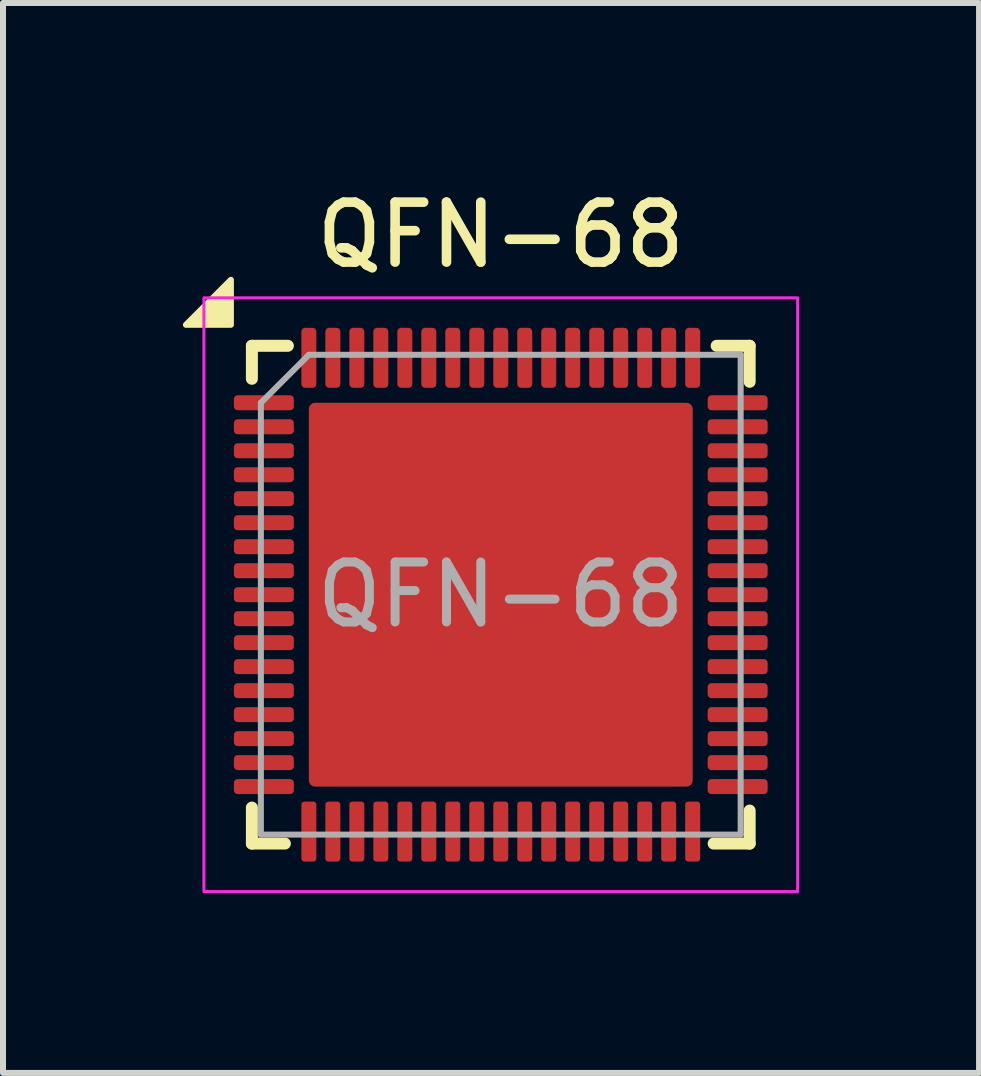
<source format=kicad_pcb>
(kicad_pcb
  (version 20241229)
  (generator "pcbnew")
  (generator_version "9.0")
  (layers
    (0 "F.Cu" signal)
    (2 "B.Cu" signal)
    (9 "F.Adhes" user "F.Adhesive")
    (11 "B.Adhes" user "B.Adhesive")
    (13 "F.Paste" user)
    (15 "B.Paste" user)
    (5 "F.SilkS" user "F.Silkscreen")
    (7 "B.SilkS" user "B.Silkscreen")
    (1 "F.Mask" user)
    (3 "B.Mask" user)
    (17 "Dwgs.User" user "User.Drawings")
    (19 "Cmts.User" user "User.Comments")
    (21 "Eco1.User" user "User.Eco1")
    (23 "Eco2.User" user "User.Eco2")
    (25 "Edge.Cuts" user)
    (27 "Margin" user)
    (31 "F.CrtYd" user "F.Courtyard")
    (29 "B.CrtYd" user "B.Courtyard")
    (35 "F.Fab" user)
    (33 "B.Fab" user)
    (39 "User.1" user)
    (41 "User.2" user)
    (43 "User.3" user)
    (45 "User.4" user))
  (footprint "QFN-68"
    (layer "F.Cu")
    (at 5.3 6.866)
    (property "Reference" "QFN-68" (at 0 -6 0) (unlocked yes) (layer "F.SilkS") (effects (font (size 1 1) (thickness 0.16))))
    (attr smd)
    (fp_line (start -4.15 -4.15) (end -3.55 -4.15) (stroke (width 0.2) (type solid)) (layer "F.SilkS"))
    (fp_line (start -4.15 -3.6) (end -4.15 -4.15) (stroke (width 0.2) (type solid)) (layer "F.SilkS"))
    (fp_line (start -4.15 4.15) (end -4.15 3.55) (stroke (width 0.2) (type solid)) (layer "F.SilkS"))
    (fp_line (start -3.6 4.15) (end -4.15 4.15) (stroke (width 0.2) (type solid)) (layer "F.SilkS"))
    (fp_line (start 3.6 -4.15) (end 4.15 -4.15) (stroke (width 0.2) (type solid)) (layer "F.SilkS"))
    (fp_line (start 4.15 -4.15) (end 4.15 -3.55) (stroke (width 0.2) (type solid)) (layer "F.SilkS"))
    (fp_line (start 4.15 3.6) (end 4.15 4.15) (stroke (width 0.2) (type solid)) (layer "F.SilkS"))
    (fp_line (start 4.15 4.15) (end 3.55 4.15) (stroke (width 0.2) (type solid)) (layer "F.SilkS"))
    (fp_poly (pts (xy -4.5 -4.5) (xy -4.5 -5.25) (xy -5.25 -4.5)) (stroke (width 0.1) (type solid)) (fill yes) (layer "F.SilkS"))
    (fp_rect (start -4.95 -4.95) (end 4.95 4.95) (stroke (width 0.05) (type default)) (fill no) (layer "F.CrtYd"))
    (fp_line (start -4 4) (end -4 -3.2) (stroke (width 0.1) (type default)) (layer "F.Fab"))
    (fp_line (start -3.2 -4) (end -4 -3.2) (stroke (width 0.1) (type default)) (layer "F.Fab"))
    (fp_line (start -3.2 -4) (end 4 -4) (stroke (width 0.1) (type default)) (layer "F.Fab"))
    (fp_line (start 4 -4) (end 4 4) (stroke (width 0.1) (type default)) (layer "F.Fab"))
    (fp_line (start 4 4) (end -4 4) (stroke (width 0.1) (type default)) (layer "F.Fab"))
    (fp_text user "${REFERENCE}" (at 0 0 0) (unlocked yes) (layer "F.Fab") (effects (font (size 1 1) (thickness 0.15))))
    (pad "" smd roundrect (at -2.4 -2.4) (size 1.29 1.29) (layers "F.Paste") (roundrect_rratio 0.194))
    (pad "" smd roundrect (at -2.4 -0.8) (size 1.29 1.29) (layers "F.Paste") (roundrect_rratio 0.194))
    (pad "" smd roundrect (at -2.4 0.8) (size 1.29 1.29) (layers "F.Paste") (roundrect_rratio 0.194))
    (pad "" smd roundrect (at -2.4 2.4) (size 1.29 1.29) (layers "F.Paste") (roundrect_rratio 0.194))
    (pad "" smd roundrect (at -0.8 -2.4) (size 1.29 1.29) (layers "F.Paste") (roundrect_rratio 0.194))
    (pad "" smd roundrect (at -0.8 -0.8) (size 1.29 1.29) (layers "F.Paste") (roundrect_rratio 0.194))
    (pad "" smd roundrect (at -0.8 0.8) (size 1.29 1.29) (layers "F.Paste") (roundrect_rratio 0.194))
    (pad "" smd roundrect (at -0.8 2.4) (size 1.29 1.29) (layers "F.Paste") (roundrect_rratio 0.194))
    (pad "" smd roundrect (at 0.8 -2.4) (size 1.29 1.29) (layers "F.Paste") (roundrect_rratio 0.194))
    (pad "" smd roundrect (at 0.8 -0.8) (size 1.29 1.29) (layers "F.Paste") (roundrect_rratio 0.194))
    (pad "" smd roundrect (at 0.8 0.8) (size 1.29 1.29) (layers "F.Paste") (roundrect_rratio 0.194))
    (pad "" smd roundrect (at 0.8 2.4) (size 1.29 1.29) (layers "F.Paste") (roundrect_rratio 0.194))
    (pad "" smd roundrect (at 2.4 -2.4) (size 1.29 1.29) (layers "F.Paste") (roundrect_rratio 0.194))
    (pad "" smd roundrect (at 2.4 -0.8) (size 1.29 1.29) (layers "F.Paste") (roundrect_rratio 0.194))
    (pad "" smd roundrect (at 2.4 0.8) (size 1.29 1.29) (layers "F.Paste") (roundrect_rratio 0.194))
    (pad "" smd roundrect (at 2.4 2.4) (size 1.29 1.29) (layers "F.Paste") (roundrect_rratio 0.194))
    (pad "1" smd roundrect (at -3.95 -3.2) (size 1 0.25) (layers "F.Cu" "F.Mask" "F.Paste") (roundrect_rratio 0.25))
    (pad "2" smd roundrect (at -3.95 -2.8) (size 1 0.25) (layers "F.Cu" "F.Mask" "F.Paste") (roundrect_rratio 0.25))
    (pad "3" smd roundrect (at -3.95 -2.4) (size 1 0.25) (layers "F.Cu" "F.Mask" "F.Paste") (roundrect_rratio 0.25))
    (pad "4" smd roundrect (at -3.95 -2) (size 1 0.25) (layers "F.Cu" "F.Mask" "F.Paste") (roundrect_rratio 0.25))
    (pad "5" smd roundrect (at -3.95 -1.6) (size 1 0.25) (layers "F.Cu" "F.Mask" "F.Paste") (roundrect_rratio 0.25))
    (pad "6" smd roundrect (at -3.95 -1.2) (size 1 0.25) (layers "F.Cu" "F.Mask" "F.Paste") (roundrect_rratio 0.25))
    (pad "7" smd roundrect (at -3.95 -0.8) (size 1 0.25) (layers "F.Cu" "F.Mask" "F.Paste") (roundrect_rratio 0.25))
    (pad "8" smd roundrect (at -3.95 -0.4) (size 1 0.25) (layers "F.Cu" "F.Mask" "F.Paste") (roundrect_rratio 0.25))
    (pad "9" smd roundrect (at -3.95 0) (size 1 0.25) (layers "F.Cu" "F.Mask" "F.Paste") (roundrect_rratio 0.25))
    (pad "10" smd roundrect (at -3.95 0.4) (size 1 0.25) (layers "F.Cu" "F.Mask" "F.Paste") (roundrect_rratio 0.25))
    (pad "11" smd roundrect (at -3.95 0.8) (size 1 0.25) (layers "F.Cu" "F.Mask" "F.Paste") (roundrect_rratio 0.25))
    (pad "12" smd roundrect (at -3.95 1.2) (size 1 0.25) (layers "F.Cu" "F.Mask" "F.Paste") (roundrect_rratio 0.25))
    (pad "13" smd roundrect (at -3.95 1.6) (size 1 0.25) (layers "F.Cu" "F.Mask" "F.Paste") (roundrect_rratio 0.25))
    (pad "14" smd roundrect (at -3.95 2) (size 1 0.25) (layers "F.Cu" "F.Mask" "F.Paste") (roundrect_rratio 0.25))
    (pad "15" smd roundrect (at -3.95 2.4) (size 1 0.25) (layers "F.Cu" "F.Mask" "F.Paste") (roundrect_rratio 0.25))
    (pad "16" smd roundrect (at -3.95 2.8) (size 1 0.25) (layers "F.Cu" "F.Mask" "F.Paste") (roundrect_rratio 0.25))
    (pad "17" smd roundrect (at -3.95 3.2) (size 1 0.25) (layers "F.Cu" "F.Mask" "F.Paste") (roundrect_rratio 0.25))
    (pad "18" smd roundrect (at -3.2 3.95) (size 0.25 1) (layers "F.Cu" "F.Mask" "F.Paste") (roundrect_rratio 0.2))
    (pad "19" smd roundrect (at -2.8 3.95) (size 0.25 1) (layers "F.Cu" "F.Mask" "F.Paste") (roundrect_rratio 0.2))
    (pad "20" smd roundrect (at -2.4 3.95) (size 0.25 1) (layers "F.Cu" "F.Mask" "F.Paste") (roundrect_rratio 0.2))
    (pad "21" smd roundrect (at -2 3.95) (size 0.25 1) (layers "F.Cu" "F.Mask" "F.Paste") (roundrect_rratio 0.2))
    (pad "22" smd roundrect (at -1.6 3.95) (size 0.25 1) (layers "F.Cu" "F.Mask" "F.Paste") (roundrect_rratio 0.2))
    (pad "23" smd roundrect (at -1.2 3.95) (size 0.25 1) (layers "F.Cu" "F.Mask" "F.Paste") (roundrect_rratio 0.2))
    (pad "24" smd roundrect (at -0.8 3.95) (size 0.25 1) (layers "F.Cu" "F.Mask" "F.Paste") (roundrect_rratio 0.2))
    (pad "25" smd roundrect (at -0.4 3.95) (size 0.25 1) (layers "F.Cu" "F.Mask" "F.Paste") (roundrect_rratio 0.2))
    (pad "26" smd roundrect (at 0 3.95) (size 0.25 1) (layers "F.Cu" "F.Mask" "F.Paste") (roundrect_rratio 0.2))
    (pad "27" smd roundrect (at 0.4 3.95) (size 0.25 1) (layers "F.Cu" "F.Mask" "F.Paste") (roundrect_rratio 0.2))
    (pad "28" smd roundrect (at 0.8 3.95) (size 0.25 1) (layers "F.Cu" "F.Mask" "F.Paste") (roundrect_rratio 0.2))
    (pad "29" smd roundrect (at 1.2 3.95) (size 0.25 1) (layers "F.Cu" "F.Mask" "F.Paste") (roundrect_rratio 0.2))
    (pad "30" smd roundrect (at 1.6 3.95) (size 0.25 1) (layers "F.Cu" "F.Mask" "F.Paste") (roundrect_rratio 0.2))
    (pad "31" smd roundrect (at 2 3.95) (size 0.25 1) (layers "F.Cu" "F.Mask" "F.Paste") (roundrect_rratio 0.2))
    (pad "32" smd roundrect (at 2.4 3.95) (size 0.25 1) (layers "F.Cu" "F.Mask" "F.Paste") (roundrect_rratio 0.2))
    (pad "33" smd roundrect (at 2.8 3.95) (size 0.25 1) (layers "F.Cu" "F.Mask" "F.Paste") (roundrect_rratio 0.2))
    (pad "34" smd roundrect (at 3.2 3.95) (size 0.25 1) (layers "F.Cu" "F.Mask" "F.Paste") (roundrect_rratio 0.2))
    (pad "35" smd roundrect (at 3.95 3.2) (size 1 0.25) (layers "F.Cu" "F.Mask" "F.Paste") (roundrect_rratio 0.25))
    (pad "36" smd roundrect (at 3.95 2.8) (size 1 0.25) (layers "F.Cu" "F.Mask" "F.Paste") (roundrect_rratio 0.25))
    (pad "37" smd roundrect (at 3.95 2.4) (size 1 0.25) (layers "F.Cu" "F.Mask" "F.Paste") (roundrect_rratio 0.25))
    (pad "38" smd roundrect (at 3.95 2) (size 1 0.25) (layers "F.Cu" "F.Mask" "F.Paste") (roundrect_rratio 0.25))
    (pad "39" smd roundrect (at 3.95 1.6) (size 1 0.25) (layers "F.Cu" "F.Mask" "F.Paste") (roundrect_rratio 0.25))
    (pad "40" smd roundrect (at 3.95 1.2) (size 1 0.25) (layers "F.Cu" "F.Mask" "F.Paste") (roundrect_rratio 0.25))
    (pad "41" smd roundrect (at 3.95 0.8) (size 1 0.25) (layers "F.Cu" "F.Mask" "F.Paste") (roundrect_rratio 0.25))
    (pad "42" smd roundrect (at 3.95 0.4) (size 1 0.25) (layers "F.Cu" "F.Mask" "F.Paste") (roundrect_rratio 0.25))
    (pad "43" smd roundrect (at 3.95 0) (size 1 0.25) (layers "F.Cu" "F.Mask" "F.Paste") (roundrect_rratio 0.25))
    (pad "44" smd roundrect (at 3.95 -0.4) (size 1 0.25) (layers "F.Cu" "F.Mask" "F.Paste") (roundrect_rratio 0.25))
    (pad "45" smd roundrect (at 3.95 -0.8) (size 1 0.25) (layers "F.Cu" "F.Mask" "F.Paste") (roundrect_rratio 0.25))
    (pad "46" smd roundrect (at 3.95 -1.2) (size 1 0.25) (layers "F.Cu" "F.Mask" "F.Paste") (roundrect_rratio 0.25))
    (pad "47" smd roundrect (at 3.95 -1.6) (size 1 0.25) (layers "F.Cu" "F.Mask" "F.Paste") (roundrect_rratio 0.25))
    (pad "48" smd roundrect (at 3.95 -2) (size 1 0.25) (layers "F.Cu" "F.Mask" "F.Paste") (roundrect_rratio 0.25))
    (pad "49" smd roundrect (at 3.95 -2.4) (size 1 0.25) (layers "F.Cu" "F.Mask" "F.Paste") (roundrect_rratio 0.25))
    (pad "50" smd roundrect (at 3.95 -2.8) (size 1 0.25) (layers "F.Cu" "F.Mask" "F.Paste") (roundrect_rratio 0.25))
    (pad "51" smd roundrect (at 3.95 -3.2) (size 1 0.25) (layers "F.Cu" "F.Mask" "F.Paste") (roundrect_rratio 0.25))
    (pad "52" smd roundrect (at 3.2 -3.95) (size 0.25 1) (layers "F.Cu" "F.Mask" "F.Paste") (roundrect_rratio 0.25))
    (pad "53" smd roundrect (at 2.8 -3.95) (size 0.25 1) (layers "F.Cu" "F.Mask" "F.Paste") (roundrect_rratio 0.25))
    (pad "54" smd roundrect (at 2.4 -3.95) (size 0.25 1) (layers "F.Cu" "F.Mask" "F.Paste") (roundrect_rratio 0.25))
    (pad "55" smd roundrect (at 2 -3.95) (size 0.25 1) (layers "F.Cu" "F.Mask" "F.Paste") (roundrect_rratio 0.25))
    (pad "56" smd roundrect (at 1.6 -3.95) (size 0.25 1) (layers "F.Cu" "F.Mask" "F.Paste") (roundrect_rratio 0.25))
    (pad "57" smd roundrect (at 1.2 -3.95) (size 0.25 1) (layers "F.Cu" "F.Mask" "F.Paste") (roundrect_rratio 0.25))
    (pad "58" smd roundrect (at 0.8 -3.95) (size 0.25 1) (layers "F.Cu" "F.Mask" "F.Paste") (roundrect_rratio 0.25))
    (pad "59" smd roundrect (at 0.4 -3.95) (size 0.25 1) (layers "F.Cu" "F.Mask" "F.Paste") (roundrect_rratio 0.25))
    (pad "60" smd roundrect (at 0 -3.95) (size 0.25 1) (layers "F.Cu" "F.Mask" "F.Paste") (roundrect_rratio 0.25))
    (pad "61" smd roundrect (at -0.4 -3.95) (size 0.25 1) (layers "F.Cu" "F.Mask" "F.Paste") (roundrect_rratio 0.25))
    (pad "62" smd roundrect (at -0.8 -3.95) (size 0.25 1) (layers "F.Cu" "F.Mask" "F.Paste") (roundrect_rratio 0.25))
    (pad "63" smd roundrect (at -1.2 -3.95) (size 0.25 1) (layers "F.Cu" "F.Mask" "F.Paste") (roundrect_rratio 0.25))
    (pad "64" smd roundrect (at -1.6 -3.95) (size 0.25 1) (layers "F.Cu" "F.Mask" "F.Paste") (roundrect_rratio 0.25))
    (pad "65" smd roundrect (at -2 -3.95) (size 0.25 1) (layers "F.Cu" "F.Mask" "F.Paste") (roundrect_rratio 0.25))
    (pad "66" smd roundrect (at -2.4 -3.95) (size 0.25 1) (layers "F.Cu" "F.Mask" "F.Paste") (roundrect_rratio 0.25))
    (pad "67" smd roundrect (at -2.8 -3.95) (size 0.25 1) (layers "F.Cu" "F.Mask" "F.Paste") (roundrect_rratio 0.25))
    (pad "68" smd roundrect (at -3.2 -3.95) (size 0.25 1) (layers "F.Cu" "F.Mask" "F.Paste") (roundrect_rratio 0.25))
    (pad "69" smd roundrect (at 0 0) (size 6.4 6.4) (property pad_prop_heatsink) (layers "F.Cu" "F.Mask") (roundrect_rratio 0.016)))
  (gr_rect
    (start -3 -3)
    (end 13.275 14.841)
    (stroke (width 0.1) (type default))
    (fill no)
    (layer "Edge.Cuts")))
</source>
